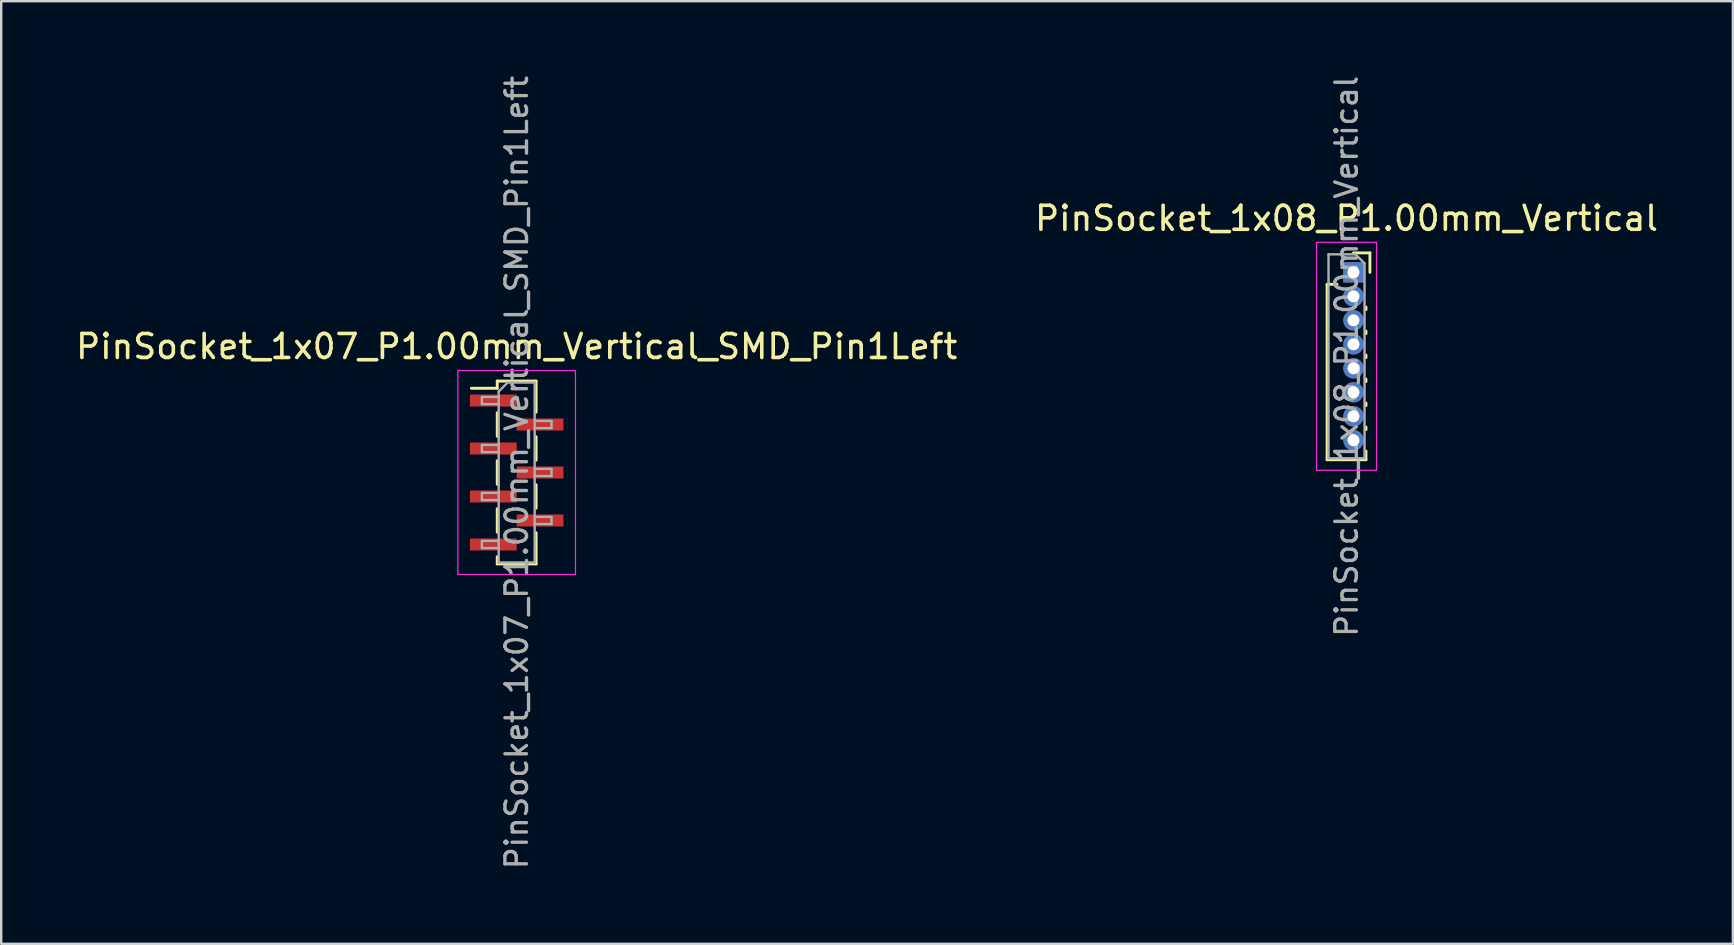
<source format=kicad_pcb>
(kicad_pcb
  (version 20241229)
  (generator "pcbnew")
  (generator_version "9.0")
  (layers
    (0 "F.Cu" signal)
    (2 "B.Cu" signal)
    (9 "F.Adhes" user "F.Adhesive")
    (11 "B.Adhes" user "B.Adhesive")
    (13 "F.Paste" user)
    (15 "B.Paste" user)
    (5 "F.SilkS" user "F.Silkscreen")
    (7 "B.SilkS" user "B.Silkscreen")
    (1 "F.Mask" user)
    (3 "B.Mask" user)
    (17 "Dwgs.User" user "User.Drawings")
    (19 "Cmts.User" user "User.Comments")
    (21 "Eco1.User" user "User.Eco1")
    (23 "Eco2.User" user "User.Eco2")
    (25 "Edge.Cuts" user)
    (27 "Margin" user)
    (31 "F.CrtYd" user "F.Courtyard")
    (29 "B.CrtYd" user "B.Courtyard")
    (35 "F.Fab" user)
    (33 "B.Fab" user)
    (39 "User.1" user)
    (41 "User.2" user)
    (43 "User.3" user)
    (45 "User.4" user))
  (footprint "PinSocket_1x07_P1.00mm_Vertical_SMD_Pin1Left"
    (layer "F.Cu")
    (at 18.482 16.641)
    (property "Reference" "PinSocket_1x07_P1.00mm_Vertical_SMD_Pin1Left" (at 0 -5.25 0) (layer "F.SilkS") (effects (font (size 1 1) (thickness 0.15))))
    (attr smd)
    (fp_line (start -1.89 -3.51) (end -0.81 -3.51) (stroke (width 0.12) (type solid)) (layer "F.SilkS"))
    (fp_line (start -0.81 -3.81) (end -0.81 -3.51) (stroke (width 0.12) (type solid)) (layer "F.SilkS"))
    (fp_line (start -0.81 -3.81) (end 0.81 -3.81) (stroke (width 0.12) (type solid)) (layer "F.SilkS"))
    (fp_line (start -0.81 -2.49) (end -0.81 -1.51) (stroke (width 0.12) (type solid)) (layer "F.SilkS"))
    (fp_line (start -0.81 -0.49) (end -0.81 0.49) (stroke (width 0.12) (type solid)) (layer "F.SilkS"))
    (fp_line (start -0.81 1.51) (end -0.81 2.49) (stroke (width 0.12) (type solid)) (layer "F.SilkS"))
    (fp_line (start -0.81 3.51) (end -0.81 3.81) (stroke (width 0.12) (type solid)) (layer "F.SilkS"))
    (fp_line (start -0.81 3.81) (end 0.81 3.81) (stroke (width 0.12) (type solid)) (layer "F.SilkS"))
    (fp_line (start 0.81 -3.81) (end 0.81 -2.51) (stroke (width 0.12) (type solid)) (layer "F.SilkS"))
    (fp_line (start 0.81 -1.49) (end 0.81 -0.51) (stroke (width 0.12) (type solid)) (layer "F.SilkS"))
    (fp_line (start 0.81 0.51) (end 0.81 1.49) (stroke (width 0.12) (type solid)) (layer "F.SilkS"))
    (fp_line (start 0.81 2.51) (end 0.81 3.81) (stroke (width 0.12) (type solid)) (layer "F.SilkS"))
    (fp_line (start -2.45 -4.25) (end 2.45 -4.25) (stroke (width 0.05) (type solid)) (layer "F.CrtYd"))
    (fp_line (start -2.45 4.25) (end -2.45 -4.25) (stroke (width 0.05) (type solid)) (layer "F.CrtYd"))
    (fp_line (start 2.45 -4.25) (end 2.45 4.25) (stroke (width 0.05) (type solid)) (layer "F.CrtYd"))
    (fp_line (start 2.45 4.25) (end -2.45 4.25) (stroke (width 0.05) (type solid)) (layer "F.CrtYd"))
    (fp_line (start -1.45 -3.15) (end -0.75 -3.15) (stroke (width 0.1) (type solid)) (layer "F.Fab"))
    (fp_line (start -1.45 -2.85) (end -1.45 -3.15) (stroke (width 0.1) (type solid)) (layer "F.Fab"))
    (fp_line (start -1.45 -1.15) (end -0.75 -1.15) (stroke (width 0.1) (type solid)) (layer "F.Fab"))
    (fp_line (start -1.45 -0.85) (end -1.45 -1.15) (stroke (width 0.1) (type solid)) (layer "F.Fab"))
    (fp_line (start -1.45 0.85) (end -0.75 0.85) (stroke (width 0.1) (type solid)) (layer "F.Fab"))
    (fp_line (start -1.45 1.15) (end -1.45 0.85) (stroke (width 0.1) (type solid)) (layer "F.Fab"))
    (fp_line (start -1.45 2.85) (end -0.75 2.85) (stroke (width 0.1) (type solid)) (layer "F.Fab"))
    (fp_line (start -1.45 3.15) (end -1.45 2.85) (stroke (width 0.1) (type solid)) (layer "F.Fab"))
    (fp_line (start -0.75 -3.375) (end -0.375 -3.75) (stroke (width 0.1) (type solid)) (layer "F.Fab"))
    (fp_line (start -0.75 -2.85) (end -1.45 -2.85) (stroke (width 0.1) (type solid)) (layer "F.Fab"))
    (fp_line (start -0.75 -0.85) (end -1.45 -0.85) (stroke (width 0.1) (type solid)) (layer "F.Fab"))
    (fp_line (start -0.75 1.15) (end -1.45 1.15) (stroke (width 0.1) (type solid)) (layer "F.Fab"))
    (fp_line (start -0.75 3.15) (end -1.45 3.15) (stroke (width 0.1) (type solid)) (layer "F.Fab"))
    (fp_line (start -0.75 3.75) (end -0.75 -3.375) (stroke (width 0.1) (type solid)) (layer "F.Fab"))
    (fp_line (start -0.375 -3.75) (end 0.75 -3.75) (stroke (width 0.1) (type solid)) (layer "F.Fab"))
    (fp_line (start 0.75 -3.75) (end 0.75 3.75) (stroke (width 0.1) (type solid)) (layer "F.Fab"))
    (fp_line (start 0.75 -2.15) (end 1.45 -2.15) (stroke (width 0.1) (type solid)) (layer "F.Fab"))
    (fp_line (start 0.75 -0.15) (end 1.45 -0.15) (stroke (width 0.1) (type solid)) (layer "F.Fab"))
    (fp_line (start 0.75 1.85) (end 1.45 1.85) (stroke (width 0.1) (type solid)) (layer "F.Fab"))
    (fp_line (start 0.75 3.75) (end -0.75 3.75) (stroke (width 0.1) (type solid)) (layer "F.Fab"))
    (fp_line (start 1.45 -2.15) (end 1.45 -1.85) (stroke (width 0.1) (type solid)) (layer "F.Fab"))
    (fp_line (start 1.45 -1.85) (end 0.75 -1.85) (stroke (width 0.1) (type solid)) (layer "F.Fab"))
    (fp_line (start 1.45 -0.15) (end 1.45 0.15) (stroke (width 0.1) (type solid)) (layer "F.Fab"))
    (fp_line (start 1.45 0.15) (end 0.75 0.15) (stroke (width 0.1) (type solid)) (layer "F.Fab"))
    (fp_line (start 1.45 1.85) (end 1.45 2.15) (stroke (width 0.1) (type solid)) (layer "F.Fab"))
    (fp_line (start 1.45 2.15) (end 0.75 2.15) (stroke (width 0.1) (type solid)) (layer "F.Fab"))
    (fp_text user "${REFERENCE}" (at 0 0 90) (layer "F.Fab") (effects (font (size 0.9 0.9) (thickness 0.14))))
    (pad "1" smd rect (at -0.975 -3) (size 1.95 0.5) (layers "F.Cu" "F.Mask" "F.Paste"))
    (pad "2" smd rect (at 0.975 -2) (size 1.95 0.5) (layers "F.Cu" "F.Mask" "F.Paste"))
    (pad "3" smd rect (at -0.975 -1) (size 1.95 0.5) (layers "F.Cu" "F.Mask" "F.Paste"))
    (pad "4" smd rect (at 0.975 0) (size 1.95 0.5) (layers "F.Cu" "F.Mask" "F.Paste"))
    (pad "5" smd rect (at -0.975 1) (size 1.95 0.5) (layers "F.Cu" "F.Mask" "F.Paste"))
    (pad "6" smd rect (at 0.975 2) (size 1.95 0.5) (layers "F.Cu" "F.Mask" "F.Paste"))
    (pad "7" smd rect (at -0.975 3) (size 1.95 0.5) (layers "F.Cu" "F.Mask" "F.Paste")))
  (footprint "PinSocket_1x08_P1.00mm_Vertical"
    (layer "F.Cu")
    (at 53.355 8.299)
    (property "Reference" "PinSocket_1x08_P1.00mm_Vertical" (at -0.29 -2.25 0) (layer "F.SilkS") (effects (font (size 1 1) (thickness 0.15))))
    (attr through_hole)
    (fp_line (start -1.1 0.5) (end -1.1 7.81) (stroke (width 0.12) (type solid)) (layer "F.SilkS"))
    (fp_line (start -1.1 0.5) (end -0.685 0.5) (stroke (width 0.12) (type solid)) (layer "F.SilkS"))
    (fp_line (start -1.1 7.81) (end 0.52 7.81) (stroke (width 0.12) (type solid)) (layer "F.SilkS"))
    (fp_line (start 0 -0.81) (end 0.685 -0.81) (stroke (width 0.12) (type solid)) (layer "F.SilkS"))
    (fp_line (start 0.52 1.446) (end 0.52 1.554) (stroke (width 0.12) (type solid)) (layer "F.SilkS"))
    (fp_line (start 0.52 2.446) (end 0.52 2.554) (stroke (width 0.12) (type solid)) (layer "F.SilkS"))
    (fp_line (start 0.52 3.446) (end 0.52 3.554) (stroke (width 0.12) (type solid)) (layer "F.SilkS"))
    (fp_line (start 0.52 4.446) (end 0.52 4.554) (stroke (width 0.12) (type solid)) (layer "F.SilkS"))
    (fp_line (start 0.52 5.446) (end 0.52 5.554) (stroke (width 0.12) (type solid)) (layer "F.SilkS"))
    (fp_line (start 0.52 6.446) (end 0.52 6.554) (stroke (width 0.12) (type solid)) (layer "F.SilkS"))
    (fp_line (start 0.52 7.446) (end 0.52 7.81) (stroke (width 0.12) (type solid)) (layer "F.SilkS"))
    (fp_line (start 0.685 -0.81) (end 0.685 0) (stroke (width 0.12) (type solid)) (layer "F.SilkS"))
    (fp_line (start -1.54 -1.25) (end 0.96 -1.25) (stroke (width 0.05) (type solid)) (layer "F.CrtYd"))
    (fp_line (start -1.54 8.25) (end -1.54 -1.25) (stroke (width 0.05) (type solid)) (layer "F.CrtYd"))
    (fp_line (start 0.96 -1.25) (end 0.96 8.25) (stroke (width 0.05) (type solid)) (layer "F.CrtYd"))
    (fp_line (start 0.96 8.25) (end -1.54 8.25) (stroke (width 0.05) (type solid)) (layer "F.CrtYd"))
    (fp_line (start -1.04 -0.75) (end 0.085 -0.75) (stroke (width 0.1) (type solid)) (layer "F.Fab"))
    (fp_line (start -1.04 7.75) (end -1.04 -0.75) (stroke (width 0.1) (type solid)) (layer "F.Fab"))
    (fp_line (start 0.085 -0.75) (end 0.46 -0.375) (stroke (width 0.1) (type solid)) (layer "F.Fab"))
    (fp_line (start 0.46 -0.375) (end 0.46 7.75) (stroke (width 0.1) (type solid)) (layer "F.Fab"))
    (fp_line (start 0.46 7.75) (end -1.04 7.75) (stroke (width 0.1) (type solid)) (layer "F.Fab"))
    (fp_text user "${REFERENCE}" (at -0.29 3.5 90) (layer "F.Fab") (effects (font (size 0.9 0.9) (thickness 0.14))))
    (pad "1" thru_hole rect (at 0 0) (size 0.85 0.85) (drill 0.5) (layers "*.Cu" "*.Mask"))
    (pad "2" thru_hole oval (at 0 1) (size 0.85 0.85) (drill 0.5) (layers "*.Cu" "*.Mask"))
    (pad "3" thru_hole oval (at 0 2) (size 0.85 0.85) (drill 0.5) (layers "*.Cu" "*.Mask"))
    (pad "4" thru_hole oval (at 0 3) (size 0.85 0.85) (drill 0.5) (layers "*.Cu" "*.Mask"))
    (pad "5" thru_hole oval (at 0 4) (size 0.85 0.85) (drill 0.5) (layers "*.Cu" "*.Mask"))
    (pad "6" thru_hole oval (at 0 5) (size 0.85 0.85) (drill 0.5) (layers "*.Cu" "*.Mask"))
    (pad "7" thru_hole oval (at 0 6) (size 0.85 0.85) (drill 0.5) (layers "*.Cu" "*.Mask"))
    (pad "8" thru_hole oval (at 0 7) (size 0.85 0.85) (drill 0.5) (layers "*.Cu" "*.Mask")))
  (gr_rect
    (start -3 -3)
    (end 69.167 36.283)
    (stroke (width 0.1) (type default))
    (fill no)
    (layer "Edge.Cuts")))
</source>
